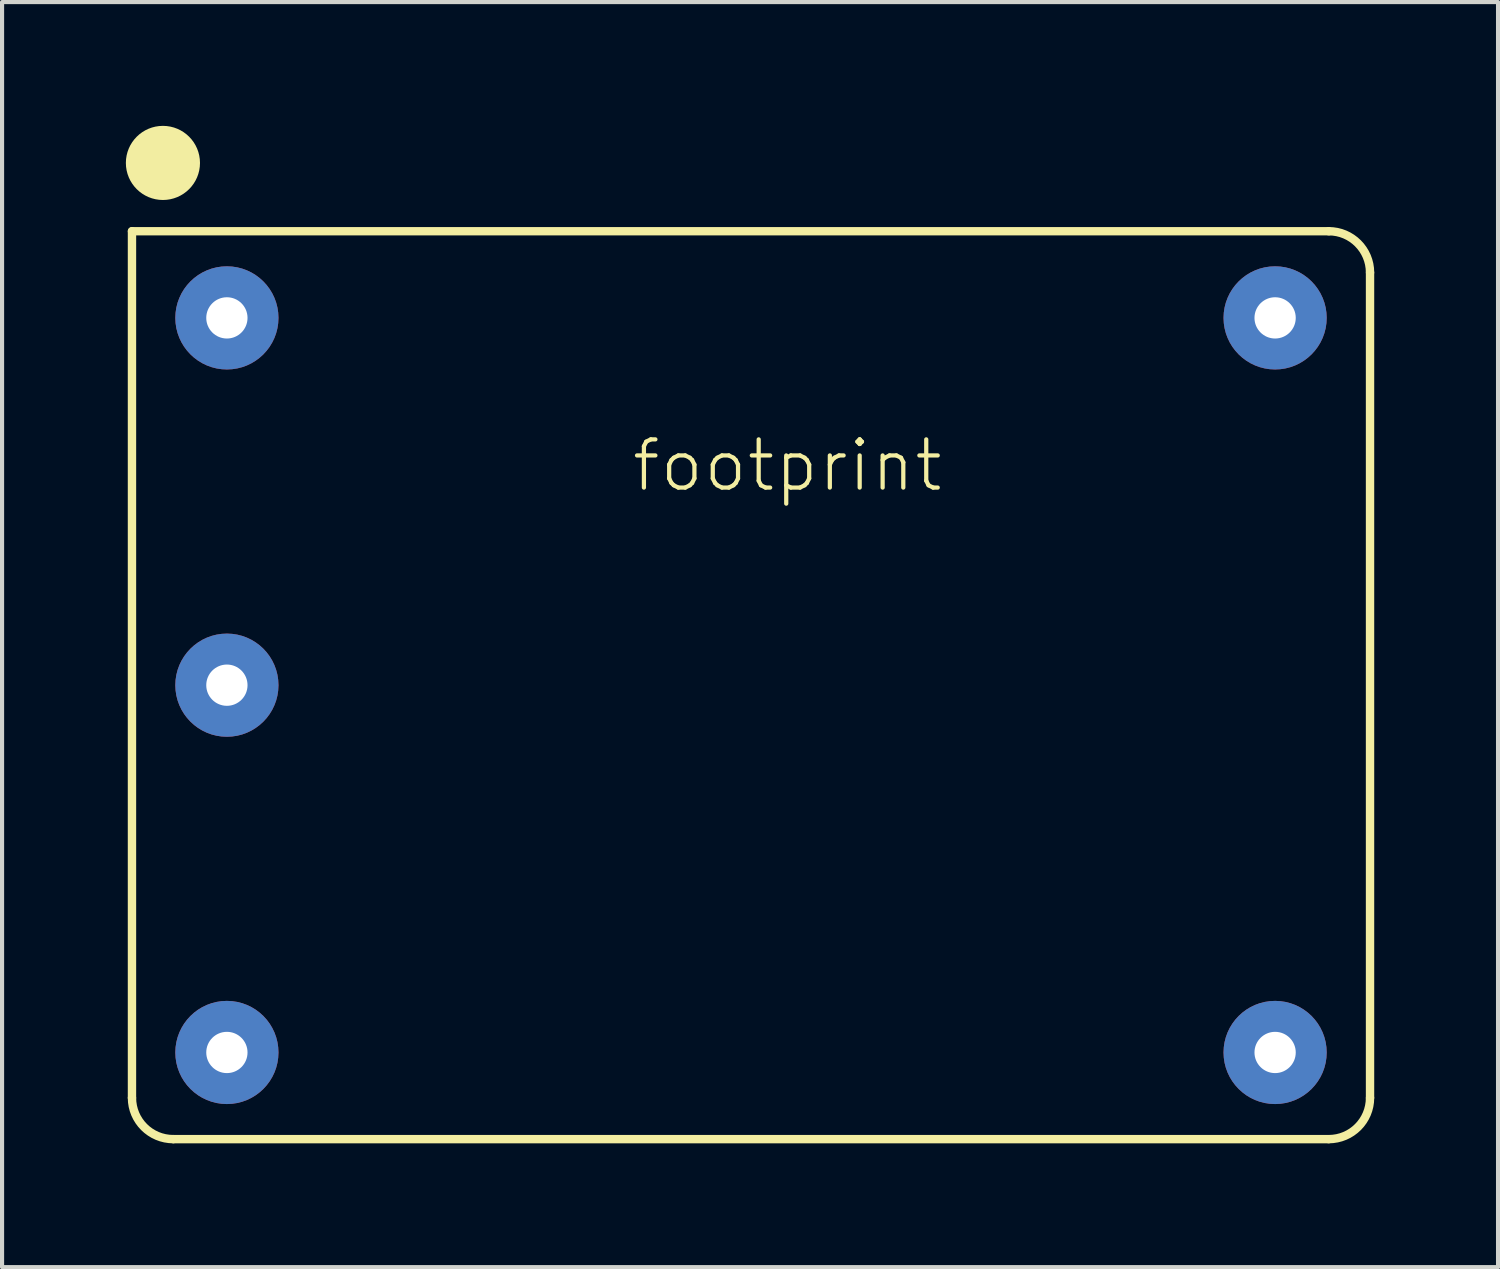
<source format=kicad_pcb>
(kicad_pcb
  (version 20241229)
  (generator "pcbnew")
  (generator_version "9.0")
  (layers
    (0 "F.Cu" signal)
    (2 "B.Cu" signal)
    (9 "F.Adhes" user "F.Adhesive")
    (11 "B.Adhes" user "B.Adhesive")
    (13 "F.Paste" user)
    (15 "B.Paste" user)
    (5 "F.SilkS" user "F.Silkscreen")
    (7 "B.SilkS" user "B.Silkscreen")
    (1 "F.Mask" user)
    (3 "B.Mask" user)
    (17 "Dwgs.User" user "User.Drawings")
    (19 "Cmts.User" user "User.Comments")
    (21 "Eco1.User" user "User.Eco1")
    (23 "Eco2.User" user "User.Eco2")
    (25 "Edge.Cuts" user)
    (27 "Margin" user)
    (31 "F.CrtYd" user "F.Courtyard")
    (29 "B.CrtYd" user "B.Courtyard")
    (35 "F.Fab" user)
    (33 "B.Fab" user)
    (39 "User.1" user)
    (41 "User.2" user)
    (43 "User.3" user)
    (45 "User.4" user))
  (footprint "footprint"
    (layer "F.Cu")
    (at 15.148 13.553)
    (property "Reference" "footprint" (at -2.94 -4.64 0) (layer "F.SilkS") (effects (font (size 1.168 1.168) (thickness 0.102)) (justify left bottom)))
    (fp_line (start -15 -11) (end -15 10) (stroke (width 0.203) (type solid)) (layer "F.SilkS"))
    (fp_line (start -14 11) (end 14 11) (stroke (width 0.203) (type solid)) (layer "F.SilkS"))
    (fp_line (start 14 -11) (end -15 -11) (stroke (width 0.203) (type solid)) (layer "F.SilkS"))
    (fp_line (start 15 10) (end 15 -10) (stroke (width 0.203) (type solid)) (layer "F.SilkS"))
    (fp_arc (start -14 11) (mid -14.707107 10.707107) (end -15 10) (stroke (width 0.2032) (type solid)) (layer "F.SilkS"))
    (fp_arc (start 14 -11) (mid 14.707107 -10.707107) (end 15 -10) (stroke (width 0.2032) (type solid)) (layer "F.SilkS"))
    (fp_arc (start 15 10) (mid 14.707107 10.707107) (end 14 11) (stroke (width 0.2032) (type solid)) (layer "F.SilkS"))
    (fp_circle (center -14.25 -12.655) (end -13.801 -12.655) (stroke (width 0.898) (type solid)) (fill yes) (layer "F.SilkS"))
    (pad "1" thru_hole circle (at -12.7 -8.9 270) (size 2.5 2.5) (drill 1) (layers "*.Cu" "*.Mask"))
    (pad "2" thru_hole circle (at -12.7 0 270) (size 2.5 2.5) (drill 1) (layers "*.Cu" "*.Mask"))
    (pad "3" thru_hole circle (at -12.7 8.9) (size 2.5 2.5) (drill 1) (layers "*.Cu" "*.Mask"))
    (pad "4" thru_hole circle (at 12.7 8.9 90) (size 2.5 2.5) (drill 1) (layers "*.Cu" "*.Mask"))
    (pad "5" thru_hole circle (at 12.7 -8.9 180) (size 2.5 2.5) (drill 1) (layers "*.Cu" "*.Mask")))
  (gr_rect
    (start -3 -3)
    (end 33.25 27.655)
    (stroke (width 0.1) (type default))
    (fill no)
    (layer "Edge.Cuts")))
</source>
